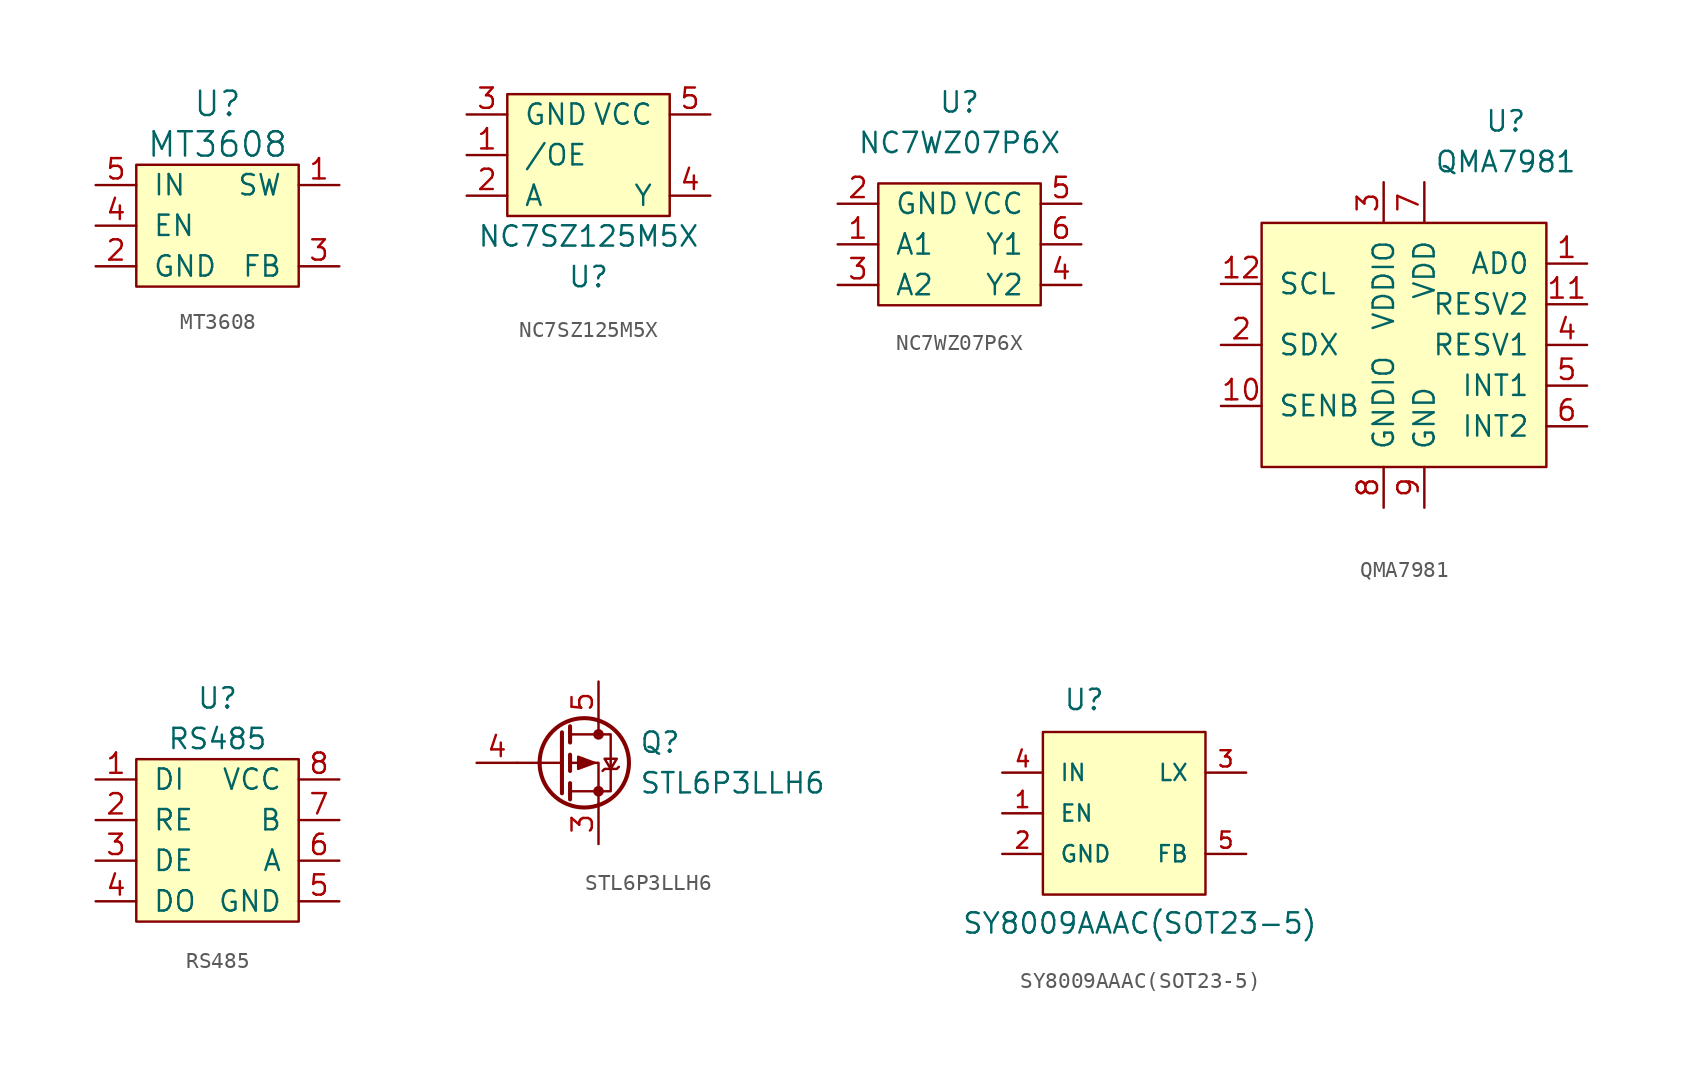
<source format=kicad_sym>
(kicad_symbol_lib
  (version 20231120)
  (generator "kicad_symbol_editor")
  (generator_version "8.0")
  (symbol "MT3608"
    (pin_names
      (offset 1.016))
    (property "Reference" "U"
      (at 0 7.62 0)
      (effects (font (size 1.524 1.524))))
    (property "Value" "MT3608"
      (at 0 5.08 0)
      (effects (font (size 1.524 1.524))))
    (symbol "MT3608_0_1"
      (rectangle (start -5.08 3.81) (end 5.08 -3.81) (stroke (width 0) (type solid)) (fill (type background))))
    (symbol "MT3608_1_1"
      (pin input line (at 7.62 2.54 180) (length 2.54) (name "SW" (effects (font (size 1.27 1.27)))) (number "1" (effects (font (size 1.27 1.27)))))
      (pin input line (at -7.62 -2.54 0) (length 2.54) (name "GND" (effects (font (size 1.27 1.27)))) (number "2" (effects (font (size 1.27 1.27)))))
      (pin input line (at 7.62 -2.54 180) (length 2.54) (name "FB" (effects (font (size 1.27 1.27)))) (number "3" (effects (font (size 1.27 1.27)))))
      (pin input line (at -7.62 0 0) (length 2.54) (name "EN" (effects (font (size 1.27 1.27)))) (number "4" (effects (font (size 1.27 1.27)))))
      (pin input line (at -7.62 2.54 0) (length 2.54) (name "IN" (effects (font (size 1.27 1.27)))) (number "5" (effects (font (size 1.27 1.27)))))
      (pin input line (at 7.62 0 180) (length 2.54) hide (name "NC" (effects (font (size 1.27 1.27)))) (number "6" (effects (font (size 1.27 1.27)))))))
  (symbol "NC7SZ125M5X"
    (pin_names
      (offset 1.016))
    (property "Reference" "U"
      (at 0 -7.62 0)
      (effects (font (size 1.27 1.27))))
    (property "Value" "NC7SZ125M5X"
      (at 0 -5.08 0)
      (effects (font (size 1.27 1.27))))
    (symbol "NC7SZ125M5X_0_1"
      (rectangle (start -5.08 3.81) (end 5.08 -3.81) (stroke (width 0) (type solid)) (fill (type background))))
    (symbol "NC7SZ125M5X_1_1"
      (pin input line (at -7.62 0 0) (length 2.54) (name "/OE" (effects (font (size 1.27 1.27)))) (number "1" (effects (font (size 1.27 1.27)))))
      (pin input line (at -7.62 -2.54 0) (length 2.54) (name "A" (effects (font (size 1.27 1.27)))) (number "2" (effects (font (size 1.27 1.27)))))
      (pin input line (at -7.62 2.54 0) (length 2.54) (name "GND" (effects (font (size 1.27 1.27)))) (number "3" (effects (font (size 1.27 1.27)))))
      (pin input line (at 7.62 -2.54 180) (length 2.54) (name "Y" (effects (font (size 1.27 1.27)))) (number "4" (effects (font (size 1.27 1.27)))))
      (pin input line (at 7.62 2.54 180) (length 2.54) (name "VCC" (effects (font (size 1.27 1.27)))) (number "5" (effects (font (size 1.27 1.27)))))))
  (symbol "NC7WZ07P6X"
    (pin_names
      (offset 1.016))
    (property "Reference" "U"
      (at 0 8.89 0)
      (effects (font (size 1.27 1.27))))
    (property "Value" "NC7WZ07P6X"
      (at 0 6.35 0)
      (effects (font (size 1.27 1.27))))
    (symbol "NC7WZ07P6X_0_1"
      (rectangle (start -5.08 3.81) (end 5.08 -3.81) (stroke (width 0) (type solid)) (fill (type background))))
    (symbol "NC7WZ07P6X_1_1"
      (pin input line (at -7.62 0 0) (length 2.54) (name "A1" (effects (font (size 1.27 1.27)))) (number "1" (effects (font (size 1.27 1.27)))))
      (pin input line (at -7.62 2.54 0) (length 2.54) (name "GND" (effects (font (size 1.27 1.27)))) (number "2" (effects (font (size 1.27 1.27)))))
      (pin input line (at -7.62 -2.54 0) (length 2.54) (name "A2" (effects (font (size 1.27 1.27)))) (number "3" (effects (font (size 1.27 1.27)))))
      (pin input line (at 7.62 -2.54 180) (length 2.54) (name "Y2" (effects (font (size 1.27 1.27)))) (number "4" (effects (font (size 1.27 1.27)))))
      (pin input line (at 7.62 2.54 180) (length 2.54) (name "VCC" (effects (font (size 1.27 1.27)))) (number "5" (effects (font (size 1.27 1.27)))))
      (pin input line (at 7.62 0 180) (length 2.54) (name "Y1" (effects (font (size 1.27 1.27)))) (number "6" (effects (font (size 1.27 1.27)))))))
  (symbol "QMA7981"
    (pin_names
      (offset 1.016))
    (property "Reference" "U"
      (at 6.35 13.97 0)
      (effects (font (size 1.27 1.27))))
    (property "Value" "QMA7981"
      (at 6.35 11.43 0)
      (effects (font (size 1.27 1.27))))
    (symbol "QMA7981_0_1"
      (rectangle (start -8.89 7.62) (end 8.89 -7.62) (stroke (width 0) (type solid)) (fill (type background))))
    (symbol "QMA7981_1_1"
      (pin input line (at 11.43 5.08 180) (length 2.54) (name "AD0" (effects (font (size 1.27 1.27)))) (number "1" (effects (font (size 1.27 1.27)))))
      (pin input line (at -11.43 -3.81 0) (length 2.54) (name "SENB" (effects (font (size 1.27 1.27)))) (number "10" (effects (font (size 1.27 1.27)))))
      (pin input line (at 11.43 2.54 180) (length 2.54) (name "RESV2" (effects (font (size 1.27 1.27)))) (number "11" (effects (font (size 1.27 1.27)))))
      (pin input line (at -11.43 3.81 0) (length 2.54) (name "SCL" (effects (font (size 1.27 1.27)))) (number "12" (effects (font (size 1.27 1.27)))))
      (pin input line (at -11.43 0 0) (length 2.54) (name "SDX" (effects (font (size 1.27 1.27)))) (number "2" (effects (font (size 1.27 1.27)))))
      (pin input line (at -1.27 10.16 270) (length 2.54) (name "VDDIO" (effects (font (size 1.27 1.27)))) (number "3" (effects (font (size 1.27 1.27)))))
      (pin input line (at 11.43 0 180) (length 2.54) (name "RESV1" (effects (font (size 1.27 1.27)))) (number "4" (effects (font (size 1.27 1.27)))))
      (pin input line (at 11.43 -2.54 180) (length 2.54) (name "INT1" (effects (font (size 1.27 1.27)))) (number "5" (effects (font (size 1.27 1.27)))))
      (pin input line (at 11.43 -5.08 180) (length 2.54) (name "INT2" (effects (font (size 1.27 1.27)))) (number "6" (effects (font (size 1.27 1.27)))))
      (pin input line (at 1.27 10.16 270) (length 2.54) (name "VDD" (effects (font (size 1.27 1.27)))) (number "7" (effects (font (size 1.27 1.27)))))
      (pin input line (at -1.27 -10.16 90) (length 2.54) (name "GNDIO" (effects (font (size 1.27 1.27)))) (number "8" (effects (font (size 1.27 1.27)))))
      (pin input line (at 1.27 -10.16 90) (length 2.54) (name "GND" (effects (font (size 1.27 1.27)))) (number "9" (effects (font (size 1.27 1.27)))))))
  (symbol "RS485"
    (pin_names
      (offset 1.016))
    (property "Reference" "U"
      (at 0 8.89 0)
      (effects (font (size 1.27 1.27))))
    (property "Value" "RS485"
      (at 0 6.35 0)
      (effects (font (size 1.27 1.27))))
    (symbol "RS485_0_1"
      (rectangle (start -5.08 5.08) (end 5.08 -5.08) (stroke (width 0) (type solid)) (fill (type background))))
    (symbol "RS485_1_1"
      (pin input line (at -7.62 3.81 0) (length 2.54) (name "DI" (effects (font (size 1.27 1.27)))) (number "1" (effects (font (size 1.27 1.27)))))
      (pin input line (at -7.62 1.27 0) (length 2.54) (name "RE" (effects (font (size 1.27 1.27)))) (number "2" (effects (font (size 1.27 1.27)))))
      (pin input line (at -7.62 -1.27 0) (length 2.54) (name "DE" (effects (font (size 1.27 1.27)))) (number "3" (effects (font (size 1.27 1.27)))))
      (pin input line (at -7.62 -3.81 0) (length 2.54) (name "DO" (effects (font (size 1.27 1.27)))) (number "4" (effects (font (size 1.27 1.27)))))
      (pin input line (at 7.62 -3.81 180) (length 2.54) (name "GND" (effects (font (size 1.27 1.27)))) (number "5" (effects (font (size 1.27 1.27)))))
      (pin input line (at 7.62 -1.27 180) (length 2.54) (name "A" (effects (font (size 1.27 1.27)))) (number "6" (effects (font (size 1.27 1.27)))))
      (pin input line (at 7.62 1.27 180) (length 2.54) (name "B" (effects (font (size 1.27 1.27)))) (number "7" (effects (font (size 1.27 1.27)))))
      (pin input line (at 7.62 3.81 180) (length 2.54) (name "VCC" (effects (font (size 1.27 1.27)))) (number "8" (effects (font (size 1.27 1.27)))))))
  (symbol "STL6P3LLH6"
    (pin_names
      (offset 0) hide)
    (property "Reference" "Q"
      (at 5.08 1.27 0)
      (effects (font (size 1.27 1.27)) (justify left)))
    (property "Value" "STL6P3LLH6"
      (at 5.08 -1.27 0)
      (effects (font (size 1.27 1.27)) (justify left)))
    (symbol "STL6P3LLH6_0_1"
      (polyline (pts (xy 0.254 0) (xy -2.54 0)) (stroke (width 0) (type solid)) (fill (type none)))
      (polyline (pts (xy 0.254 1.905) (xy 0.254 -1.905)) (stroke (width 0.254) (type solid)) (fill (type none)))
      (polyline (pts (xy 0.762 -1.27) (xy 0.762 -2.286)) (stroke (width 0.254) (type solid)) (fill (type none)))
      (polyline (pts (xy 0.762 0.508) (xy 0.762 -0.508)) (stroke (width 0.254) (type solid)) (fill (type none)))
      (polyline (pts (xy 0.762 2.286) (xy 0.762 1.27)) (stroke (width 0.254) (type solid)) (fill (type none)))
      (polyline (pts (xy 2.54 2.54) (xy 2.54 1.778)) (stroke (width 0) (type solid)) (fill (type none)))
      (polyline (pts (xy 2.54 -2.54) (xy 2.54 0) (xy 0.762 0)) (stroke (width 0) (type solid)) (fill (type none)))
      (polyline (pts (xy 0.762 1.778) (xy 3.302 1.778) (xy 3.302 -1.778) (xy 0.762 -1.778)) (stroke (width 0) (type solid)) (fill (type none)))
      (polyline (pts (xy 2.286 0) (xy 1.27 0.381) (xy 1.27 -0.381) (xy 2.286 0)) (stroke (width 0) (type solid)) (fill (type outline)))
      (polyline (pts (xy 2.794 -0.508) (xy 2.921 -0.381) (xy 3.683 -0.381) (xy 3.81 -0.254)) (stroke (width 0) (type solid)) (fill (type none)))
      (polyline (pts (xy 3.302 -0.381) (xy 2.921 0.254) (xy 3.683 0.254) (xy 3.302 -0.381)) (stroke (width 0) (type solid)) (fill (type none)))
      (circle (center 1.651 0) (radius 2.794) (stroke (width 0.254) (type solid)) (fill (type none)))
      (circle (center 2.54 -1.778) (radius 0.254) (stroke (width 0) (type solid)) (fill (type outline)))
      (circle (center 2.54 1.778) (radius 0.254) (stroke (width 0) (type solid)) (fill (type outline))))
    (symbol "STL6P3LLH6_1_1"
      (pin passive line (at 2.54 -5.08 90) (length 2.54) hide (name "S" (effects (font (size 1.27 1.27)))) (number "1" (effects (font (size 1.27 1.27)))))
      (pin passive line (at 2.54 -5.08 90) (length 2.54) hide (name "S" (effects (font (size 1.27 1.27)))) (number "2" (effects (font (size 1.27 1.27)))))
      (pin passive line (at 2.54 -5.08 90) (length 2.54) (name "S" (effects (font (size 1.27 1.27)))) (number "3" (effects (font (size 1.27 1.27)))))
      (pin input line (at -5.08 0 0) (length 2.54) (name "G" (effects (font (size 1.27 1.27)))) (number "4" (effects (font (size 1.27 1.27)))))
      (pin passive line (at 2.54 5.08 270) (length 2.54) (name "D" (effects (font (size 1.27 1.27)))) (number "5" (effects (font (size 1.27 1.27)))))))
  (symbol "SY8009AAAC(SOT23-5)"
    (pin_names
      (offset 1.016))
    (property "Reference" "U"
      (at -3.81 6.35 0)
      (effects (font (size 1.27 1.27)) (justify left bottom)))
    (property "Value" "SY8009AAAC(SOT23-5)"
      (at -10.16 -7.62 0)
      (effects (font (size 1.27 1.27)) (justify left bottom)))
    (property "Datasheet" ""
      (at 0 0 0)
      (effects (font (size 1.524 1.524))))
    (property "ki_locked" ""
      (at 0 0 0)
      (effects (font (size 1.27 1.27))))
    (symbol "SY8009AAAC(SOT23-5)_0_1"
      (rectangle (start -5.08 5.08) (end 5.08 -5.08) (stroke (width 0) (type solid)) (fill (type background))))
    (symbol "SY8009AAAC(SOT23-5)_1_1"
      (pin input line (at -7.62 0 0) (length 2.54) (name "EN" (effects (font (size 1.016 1.016)))) (number "1" (effects (font (size 1.016 1.016)))))
      (pin power_in line (at -7.62 -2.54 0) (length 2.54) (name "GND" (effects (font (size 1.016 1.016)))) (number "2" (effects (font (size 1.016 1.016)))))
      (pin output line (at 7.62 2.54 180) (length 2.54) (name "LX" (effects (font (size 1.016 1.016)))) (number "3" (effects (font (size 1.016 1.016)))))
      (pin input line (at -7.62 2.54 0) (length 2.54) (name "IN" (effects (font (size 1.016 1.016)))) (number "4" (effects (font (size 1.016 1.016)))))
      (pin input line (at 7.62 -2.54 180) (length 2.54) (name "FB" (effects (font (size 1.016 1.016)))) (number "5" (effects (font (size 1.016 1.016))))))))
</source>
